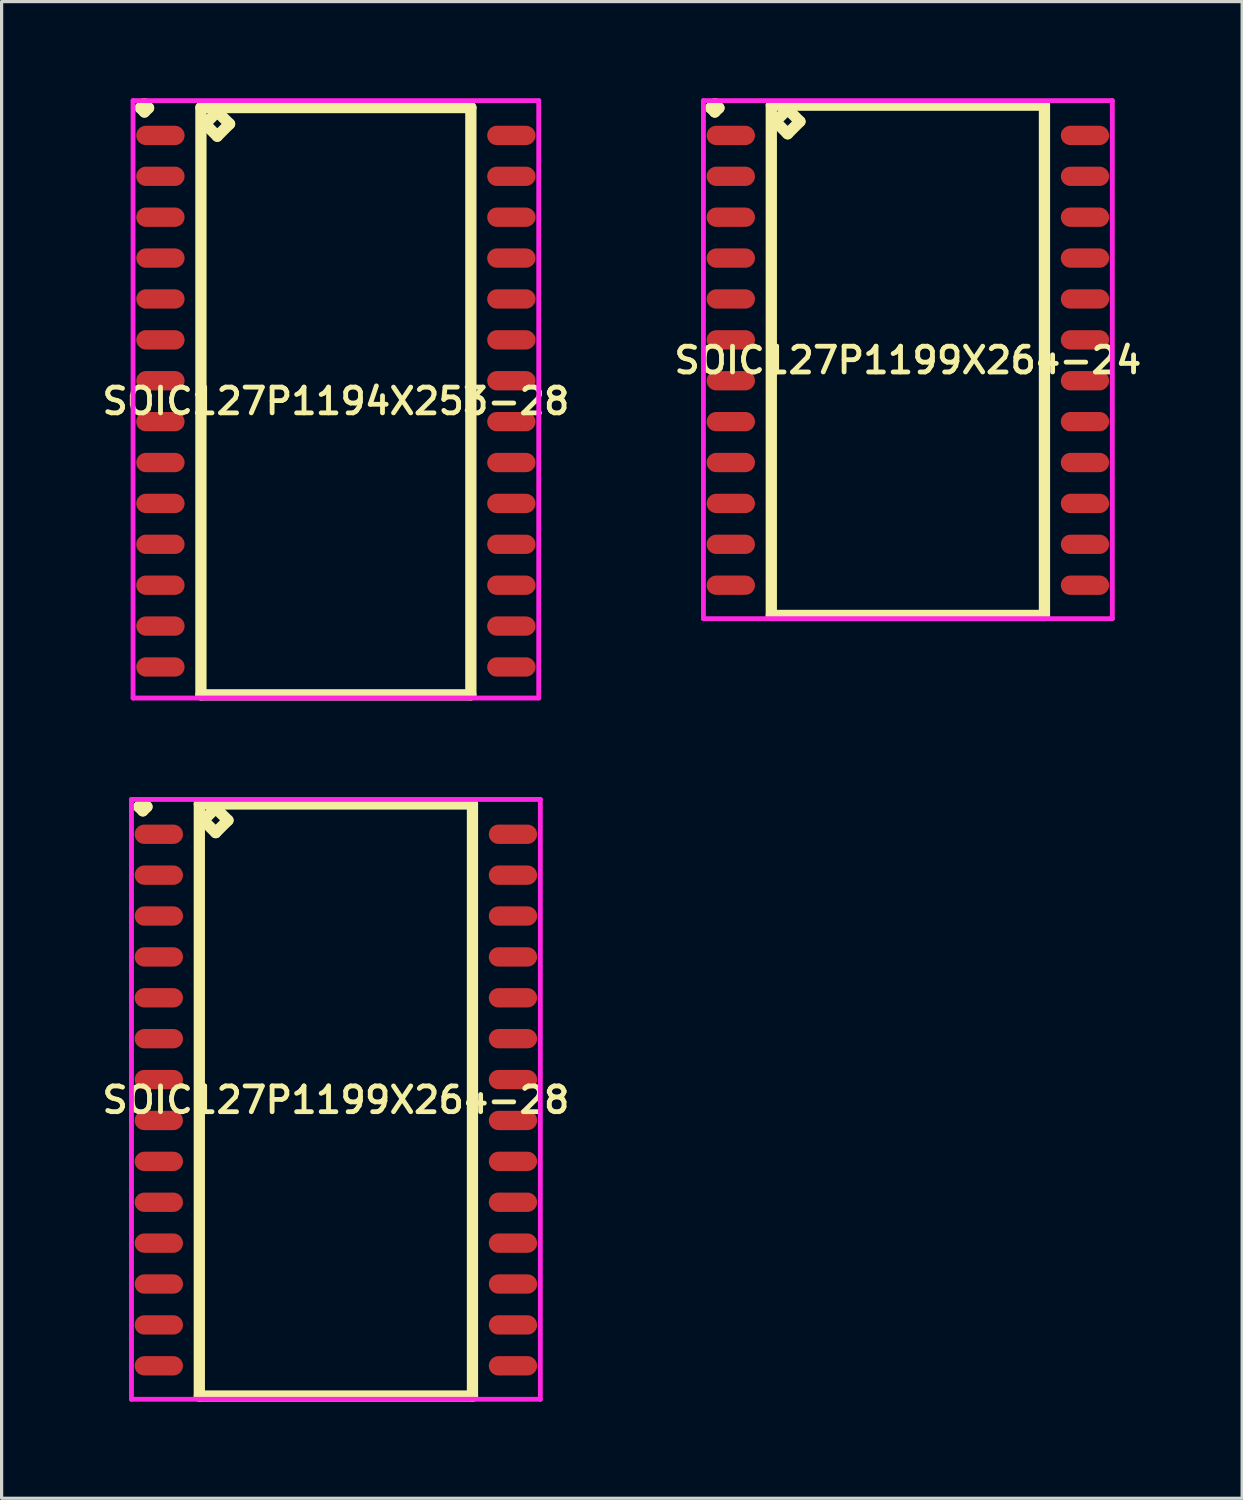
<source format=kicad_pcb>
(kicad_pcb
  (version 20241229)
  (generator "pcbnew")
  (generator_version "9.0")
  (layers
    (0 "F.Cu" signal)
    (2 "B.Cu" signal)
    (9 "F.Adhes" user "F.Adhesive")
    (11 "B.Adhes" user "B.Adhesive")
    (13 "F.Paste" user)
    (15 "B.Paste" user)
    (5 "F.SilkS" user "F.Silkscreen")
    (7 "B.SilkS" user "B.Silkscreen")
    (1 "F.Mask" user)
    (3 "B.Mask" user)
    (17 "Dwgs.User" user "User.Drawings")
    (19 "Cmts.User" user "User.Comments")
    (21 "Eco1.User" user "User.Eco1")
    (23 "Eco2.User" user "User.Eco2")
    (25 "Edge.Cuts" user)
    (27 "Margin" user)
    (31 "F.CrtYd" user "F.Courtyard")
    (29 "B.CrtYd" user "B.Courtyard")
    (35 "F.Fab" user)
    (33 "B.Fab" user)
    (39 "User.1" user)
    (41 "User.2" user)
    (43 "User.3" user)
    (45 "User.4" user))
  (footprint "SOIC127P1199X264-24"
    (layer "F.Cu")
    (at 25.149 8.141)
    (property "Reference" "SOIC127P1199X264-24" (at 0 0 0) (layer "F.SilkS") (effects (font (size 0.8 0.8) (thickness 0.15))))
    (attr smd)
    (fp_line (start -6.123 -7.839) (end -5.996 -7.966) (stroke (width 0.35) (type solid)) (layer "F.SilkS"))
    (fp_line (start -5.996 -7.966) (end -5.869 -7.839) (stroke (width 0.35) (type solid)) (layer "F.SilkS"))
    (fp_line (start -5.996 -7.712) (end -6.123 -7.839) (stroke (width 0.35) (type solid)) (layer "F.SilkS"))
    (fp_line (start -5.869 -7.839) (end -5.996 -7.712) (stroke (width 0.35) (type solid)) (layer "F.SilkS"))
    (fp_line (start -4.242 -7.925) (end -4.242 7.925) (stroke (width 0.35) (type solid)) (layer "F.SilkS"))
    (fp_line (start -4.242 7.925) (end 4.242 7.925) (stroke (width 0.35) (type solid)) (layer "F.SilkS"))
    (fp_line (start -4.115 -7.417) (end -3.734 -7.798) (stroke (width 0.35) (type solid)) (layer "F.SilkS"))
    (fp_line (start -3.734 -7.798) (end -3.353 -7.417) (stroke (width 0.35) (type solid)) (layer "F.SilkS"))
    (fp_line (start -3.734 -7.036) (end -4.115 -7.417) (stroke (width 0.35) (type solid)) (layer "F.SilkS"))
    (fp_line (start -3.353 -7.417) (end -3.734 -7.036) (stroke (width 0.35) (type solid)) (layer "F.SilkS"))
    (fp_line (start 4.242 -7.925) (end -4.242 -7.925) (stroke (width 0.35) (type solid)) (layer "F.SilkS"))
    (fp_line (start 4.242 7.925) (end 4.242 -7.925) (stroke (width 0.35) (type solid)) (layer "F.SilkS"))
    (fp_line (start -6.35 -8.066) (end 6.35 -8.066) (stroke (width 0.15) (type solid)) (layer "F.CrtYd"))
    (fp_line (start -6.35 8.025) (end -6.35 -8.066) (stroke (width 0.15) (type solid)) (layer "F.CrtYd"))
    (fp_line (start 6.35 -8.066) (end 6.35 8.025) (stroke (width 0.15) (type solid)) (layer "F.CrtYd"))
    (fp_line (start 6.35 8.025) (end -6.35 8.025) (stroke (width 0.15) (type solid)) (layer "F.CrtYd"))
    (pad "1" smd oval (at -5.5 -6.985) (size 1.5 0.6) (layers "F.Cu" "F.Mask" "F.Paste"))
    (pad "2" smd oval (at -5.5 -5.715) (size 1.5 0.6) (layers "F.Cu" "F.Mask" "F.Paste"))
    (pad "3" smd oval (at -5.5 -4.445) (size 1.5 0.6) (layers "F.Cu" "F.Mask" "F.Paste"))
    (pad "4" smd oval (at -5.5 -3.175) (size 1.5 0.6) (layers "F.Cu" "F.Mask" "F.Paste"))
    (pad "5" smd oval (at -5.5 -1.905) (size 1.5 0.6) (layers "F.Cu" "F.Mask" "F.Paste"))
    (pad "6" smd oval (at -5.5 -0.635) (size 1.5 0.6) (layers "F.Cu" "F.Mask" "F.Paste"))
    (pad "7" smd oval (at -5.5 0.635) (size 1.5 0.6) (layers "F.Cu" "F.Mask" "F.Paste"))
    (pad "8" smd oval (at -5.5 1.905) (size 1.5 0.6) (layers "F.Cu" "F.Mask" "F.Paste"))
    (pad "9" smd oval (at -5.5 3.175) (size 1.5 0.6) (layers "F.Cu" "F.Mask" "F.Paste"))
    (pad "10" smd oval (at -5.5 4.445) (size 1.5 0.6) (layers "F.Cu" "F.Mask" "F.Paste"))
    (pad "11" smd oval (at -5.5 5.715) (size 1.5 0.6) (layers "F.Cu" "F.Mask" "F.Paste"))
    (pad "12" smd oval (at -5.5 6.985) (size 1.5 0.6) (layers "F.Cu" "F.Mask" "F.Paste"))
    (pad "13" smd oval (at 5.5 6.985) (size 1.5 0.6) (layers "F.Cu" "F.Mask" "F.Paste"))
    (pad "14" smd oval (at 5.5 5.715) (size 1.5 0.6) (layers "F.Cu" "F.Mask" "F.Paste"))
    (pad "15" smd oval (at 5.5 4.445) (size 1.5 0.6) (layers "F.Cu" "F.Mask" "F.Paste"))
    (pad "16" smd oval (at 5.5 3.175) (size 1.5 0.6) (layers "F.Cu" "F.Mask" "F.Paste"))
    (pad "17" smd oval (at 5.5 1.905) (size 1.5 0.6) (layers "F.Cu" "F.Mask" "F.Paste"))
    (pad "18" smd oval (at 5.5 0.635) (size 1.5 0.6) (layers "F.Cu" "F.Mask" "F.Paste"))
    (pad "19" smd oval (at 5.5 -0.635) (size 1.5 0.6) (layers "F.Cu" "F.Mask" "F.Paste"))
    (pad "20" smd oval (at 5.5 -1.905) (size 1.5 0.6) (layers "F.Cu" "F.Mask" "F.Paste"))
    (pad "21" smd oval (at 5.5 -3.175) (size 1.5 0.6) (layers "F.Cu" "F.Mask" "F.Paste"))
    (pad "22" smd oval (at 5.5 -4.445) (size 1.5 0.6) (layers "F.Cu" "F.Mask" "F.Paste"))
    (pad "23" smd oval (at 5.5 -5.715) (size 1.5 0.6) (layers "F.Cu" "F.Mask" "F.Paste"))
    (pad "24" smd oval (at 5.5 -6.985) (size 1.5 0.6) (layers "F.Cu" "F.Mask" "F.Paste")))
  (footprint "SOIC127P1199X264-28"
    (layer "F.Cu")
    (at 7.383 31.117)
    (property "Reference" "SOIC127P1199X264-28" (at 0 0 0) (layer "F.SilkS") (effects (font (size 0.8 0.8) (thickness 0.15))))
    (attr smd)
    (fp_line (start -6.123 -9.109) (end -5.996 -9.236) (stroke (width 0.35) (type solid)) (layer "F.SilkS"))
    (fp_line (start -5.996 -9.236) (end -5.869 -9.109) (stroke (width 0.35) (type solid)) (layer "F.SilkS"))
    (fp_line (start -5.996 -8.982) (end -6.123 -9.109) (stroke (width 0.35) (type solid)) (layer "F.SilkS"))
    (fp_line (start -5.869 -9.109) (end -5.996 -8.982) (stroke (width 0.35) (type solid)) (layer "F.SilkS"))
    (fp_line (start -4.242 -9.195) (end -4.242 9.195) (stroke (width 0.35) (type solid)) (layer "F.SilkS"))
    (fp_line (start -4.242 9.195) (end 4.242 9.195) (stroke (width 0.35) (type solid)) (layer "F.SilkS"))
    (fp_line (start -4.115 -8.687) (end -3.734 -9.068) (stroke (width 0.35) (type solid)) (layer "F.SilkS"))
    (fp_line (start -3.734 -9.068) (end -3.353 -8.687) (stroke (width 0.35) (type solid)) (layer "F.SilkS"))
    (fp_line (start -3.734 -8.306) (end -4.115 -8.687) (stroke (width 0.35) (type solid)) (layer "F.SilkS"))
    (fp_line (start -3.353 -8.687) (end -3.734 -8.306) (stroke (width 0.35) (type solid)) (layer "F.SilkS"))
    (fp_line (start 4.242 -9.195) (end -4.242 -9.195) (stroke (width 0.35) (type solid)) (layer "F.SilkS"))
    (fp_line (start 4.242 9.195) (end 4.242 -9.195) (stroke (width 0.35) (type solid)) (layer "F.SilkS"))
    (fp_line (start -6.35 -9.336) (end 6.35 -9.336) (stroke (width 0.15) (type solid)) (layer "F.CrtYd"))
    (fp_line (start -6.35 9.295) (end -6.35 -9.336) (stroke (width 0.15) (type solid)) (layer "F.CrtYd"))
    (fp_line (start 6.35 -9.336) (end 6.35 9.295) (stroke (width 0.15) (type solid)) (layer "F.CrtYd"))
    (fp_line (start 6.35 9.295) (end -6.35 9.295) (stroke (width 0.15) (type solid)) (layer "F.CrtYd"))
    (pad "1" smd oval (at -5.5 -8.255) (size 1.5 0.6) (layers "F.Cu" "F.Mask" "F.Paste"))
    (pad "2" smd oval (at -5.5 -6.985) (size 1.5 0.6) (layers "F.Cu" "F.Mask" "F.Paste"))
    (pad "3" smd oval (at -5.5 -5.715) (size 1.5 0.6) (layers "F.Cu" "F.Mask" "F.Paste"))
    (pad "4" smd oval (at -5.5 -4.445) (size 1.5 0.6) (layers "F.Cu" "F.Mask" "F.Paste"))
    (pad "5" smd oval (at -5.5 -3.175) (size 1.5 0.6) (layers "F.Cu" "F.Mask" "F.Paste"))
    (pad "6" smd oval (at -5.5 -1.905) (size 1.5 0.6) (layers "F.Cu" "F.Mask" "F.Paste"))
    (pad "7" smd oval (at -5.5 -0.635) (size 1.5 0.6) (layers "F.Cu" "F.Mask" "F.Paste"))
    (pad "8" smd oval (at -5.5 0.635) (size 1.5 0.6) (layers "F.Cu" "F.Mask" "F.Paste"))
    (pad "9" smd oval (at -5.5 1.905) (size 1.5 0.6) (layers "F.Cu" "F.Mask" "F.Paste"))
    (pad "10" smd oval (at -5.5 3.175) (size 1.5 0.6) (layers "F.Cu" "F.Mask" "F.Paste"))
    (pad "11" smd oval (at -5.5 4.445) (size 1.5 0.6) (layers "F.Cu" "F.Mask" "F.Paste"))
    (pad "12" smd oval (at -5.5 5.715) (size 1.5 0.6) (layers "F.Cu" "F.Mask" "F.Paste"))
    (pad "13" smd oval (at -5.5 6.985) (size 1.5 0.6) (layers "F.Cu" "F.Mask" "F.Paste"))
    (pad "14" smd oval (at -5.5 8.255) (size 1.5 0.6) (layers "F.Cu" "F.Mask" "F.Paste"))
    (pad "15" smd oval (at 5.5 8.255) (size 1.5 0.6) (layers "F.Cu" "F.Mask" "F.Paste"))
    (pad "16" smd oval (at 5.5 6.985) (size 1.5 0.6) (layers "F.Cu" "F.Mask" "F.Paste"))
    (pad "17" smd oval (at 5.5 5.715) (size 1.5 0.6) (layers "F.Cu" "F.Mask" "F.Paste"))
    (pad "18" smd oval (at 5.5 4.445) (size 1.5 0.6) (layers "F.Cu" "F.Mask" "F.Paste"))
    (pad "19" smd oval (at 5.5 3.175) (size 1.5 0.6) (layers "F.Cu" "F.Mask" "F.Paste"))
    (pad "20" smd oval (at 5.5 1.905) (size 1.5 0.6) (layers "F.Cu" "F.Mask" "F.Paste"))
    (pad "21" smd oval (at 5.5 0.635) (size 1.5 0.6) (layers "F.Cu" "F.Mask" "F.Paste"))
    (pad "22" smd oval (at 5.5 -0.635) (size 1.5 0.6) (layers "F.Cu" "F.Mask" "F.Paste"))
    (pad "23" smd oval (at 5.5 -1.905) (size 1.5 0.6) (layers "F.Cu" "F.Mask" "F.Paste"))
    (pad "24" smd oval (at 5.5 -3.175) (size 1.5 0.6) (layers "F.Cu" "F.Mask" "F.Paste"))
    (pad "25" smd oval (at 5.5 -4.445) (size 1.5 0.6) (layers "F.Cu" "F.Mask" "F.Paste"))
    (pad "26" smd oval (at 5.5 -5.715) (size 1.5 0.6) (layers "F.Cu" "F.Mask" "F.Paste"))
    (pad "27" smd oval (at 5.5 -6.985) (size 1.5 0.6) (layers "F.Cu" "F.Mask" "F.Paste"))
    (pad "28" smd oval (at 5.5 -8.255) (size 1.5 0.6) (layers "F.Cu" "F.Mask" "F.Paste")))
  (footprint "SOIC127P1194X253-28"
    (layer "F.Cu")
    (at 7.383 9.411)
    (property "Reference" "SOIC127P1194X253-28" (at 0 0 0) (layer "F.SilkS") (effects (font (size 0.8 0.8) (thickness 0.15))))
    (attr smd)
    (fp_line (start -6.073 -9.109) (end -5.946 -9.236) (stroke (width 0.35) (type solid)) (layer "F.SilkS"))
    (fp_line (start -5.946 -9.236) (end -5.819 -9.109) (stroke (width 0.35) (type solid)) (layer "F.SilkS"))
    (fp_line (start -5.946 -8.982) (end -6.073 -9.109) (stroke (width 0.35) (type solid)) (layer "F.SilkS"))
    (fp_line (start -5.819 -9.109) (end -5.946 -8.982) (stroke (width 0.35) (type solid)) (layer "F.SilkS"))
    (fp_line (start -4.192 -9.12) (end -4.192 9.12) (stroke (width 0.35) (type solid)) (layer "F.SilkS"))
    (fp_line (start -4.192 9.12) (end 4.192 9.12) (stroke (width 0.35) (type solid)) (layer "F.SilkS"))
    (fp_line (start -4.065 -8.612) (end -3.684 -8.993) (stroke (width 0.35) (type solid)) (layer "F.SilkS"))
    (fp_line (start -3.684 -8.993) (end -3.303 -8.612) (stroke (width 0.35) (type solid)) (layer "F.SilkS"))
    (fp_line (start -3.684 -8.231) (end -4.065 -8.612) (stroke (width 0.35) (type solid)) (layer "F.SilkS"))
    (fp_line (start -3.303 -8.612) (end -3.684 -8.231) (stroke (width 0.35) (type solid)) (layer "F.SilkS"))
    (fp_line (start 4.192 -9.12) (end -4.192 -9.12) (stroke (width 0.35) (type solid)) (layer "F.SilkS"))
    (fp_line (start 4.192 9.12) (end 4.192 -9.12) (stroke (width 0.35) (type solid)) (layer "F.SilkS"))
    (fp_line (start -6.3 -9.336) (end 6.3 -9.336) (stroke (width 0.15) (type solid)) (layer "F.CrtYd"))
    (fp_line (start -6.3 9.22) (end -6.3 -9.336) (stroke (width 0.15) (type solid)) (layer "F.CrtYd"))
    (fp_line (start 6.3 -9.336) (end 6.3 9.22) (stroke (width 0.15) (type solid)) (layer "F.CrtYd"))
    (fp_line (start 6.3 9.22) (end -6.3 9.22) (stroke (width 0.15) (type solid)) (layer "F.CrtYd"))
    (pad "1" smd oval (at -5.45 -8.255) (size 1.5 0.6) (layers "F.Cu" "F.Mask" "F.Paste"))
    (pad "2" smd oval (at -5.45 -6.985) (size 1.5 0.6) (layers "F.Cu" "F.Mask" "F.Paste"))
    (pad "3" smd oval (at -5.45 -5.715) (size 1.5 0.6) (layers "F.Cu" "F.Mask" "F.Paste"))
    (pad "4" smd oval (at -5.45 -4.445) (size 1.5 0.6) (layers "F.Cu" "F.Mask" "F.Paste"))
    (pad "5" smd oval (at -5.45 -3.175) (size 1.5 0.6) (layers "F.Cu" "F.Mask" "F.Paste"))
    (pad "6" smd oval (at -5.45 -1.905) (size 1.5 0.6) (layers "F.Cu" "F.Mask" "F.Paste"))
    (pad "7" smd oval (at -5.45 -0.635) (size 1.5 0.6) (layers "F.Cu" "F.Mask" "F.Paste"))
    (pad "8" smd oval (at -5.45 0.635) (size 1.5 0.6) (layers "F.Cu" "F.Mask" "F.Paste"))
    (pad "9" smd oval (at -5.45 1.905) (size 1.5 0.6) (layers "F.Cu" "F.Mask" "F.Paste"))
    (pad "10" smd oval (at -5.45 3.175) (size 1.5 0.6) (layers "F.Cu" "F.Mask" "F.Paste"))
    (pad "11" smd oval (at -5.45 4.445) (size 1.5 0.6) (layers "F.Cu" "F.Mask" "F.Paste"))
    (pad "12" smd oval (at -5.45 5.715) (size 1.5 0.6) (layers "F.Cu" "F.Mask" "F.Paste"))
    (pad "13" smd oval (at -5.45 6.985) (size 1.5 0.6) (layers "F.Cu" "F.Mask" "F.Paste"))
    (pad "14" smd oval (at -5.45 8.255) (size 1.5 0.6) (layers "F.Cu" "F.Mask" "F.Paste"))
    (pad "15" smd oval (at 5.45 8.255) (size 1.5 0.6) (layers "F.Cu" "F.Mask" "F.Paste"))
    (pad "16" smd oval (at 5.45 6.985) (size 1.5 0.6) (layers "F.Cu" "F.Mask" "F.Paste"))
    (pad "17" smd oval (at 5.45 5.715) (size 1.5 0.6) (layers "F.Cu" "F.Mask" "F.Paste"))
    (pad "18" smd oval (at 5.45 4.445) (size 1.5 0.6) (layers "F.Cu" "F.Mask" "F.Paste"))
    (pad "19" smd oval (at 5.45 3.175) (size 1.5 0.6) (layers "F.Cu" "F.Mask" "F.Paste"))
    (pad "20" smd oval (at 5.45 1.905) (size 1.5 0.6) (layers "F.Cu" "F.Mask" "F.Paste"))
    (pad "21" smd oval (at 5.45 0.635) (size 1.5 0.6) (layers "F.Cu" "F.Mask" "F.Paste"))
    (pad "22" smd oval (at 5.45 -0.635) (size 1.5 0.6) (layers "F.Cu" "F.Mask" "F.Paste"))
    (pad "23" smd oval (at 5.45 -1.905) (size 1.5 0.6) (layers "F.Cu" "F.Mask" "F.Paste"))
    (pad "24" smd oval (at 5.45 -3.175) (size 1.5 0.6) (layers "F.Cu" "F.Mask" "F.Paste"))
    (pad "25" smd oval (at 5.45 -4.445) (size 1.5 0.6) (layers "F.Cu" "F.Mask" "F.Paste"))
    (pad "26" smd oval (at 5.45 -5.715) (size 1.5 0.6) (layers "F.Cu" "F.Mask" "F.Paste"))
    (pad "27" smd oval (at 5.45 -6.985) (size 1.5 0.6) (layers "F.Cu" "F.Mask" "F.Paste"))
    (pad "28" smd oval (at 5.45 -8.255) (size 1.5 0.6) (layers "F.Cu" "F.Mask" "F.Paste")))
  (gr_rect
    (start -3 -3)
    (end 35.532 43.487)
    (stroke (width 0.1) (type default))
    (fill no)
    (layer "Edge.Cuts")))
</source>
